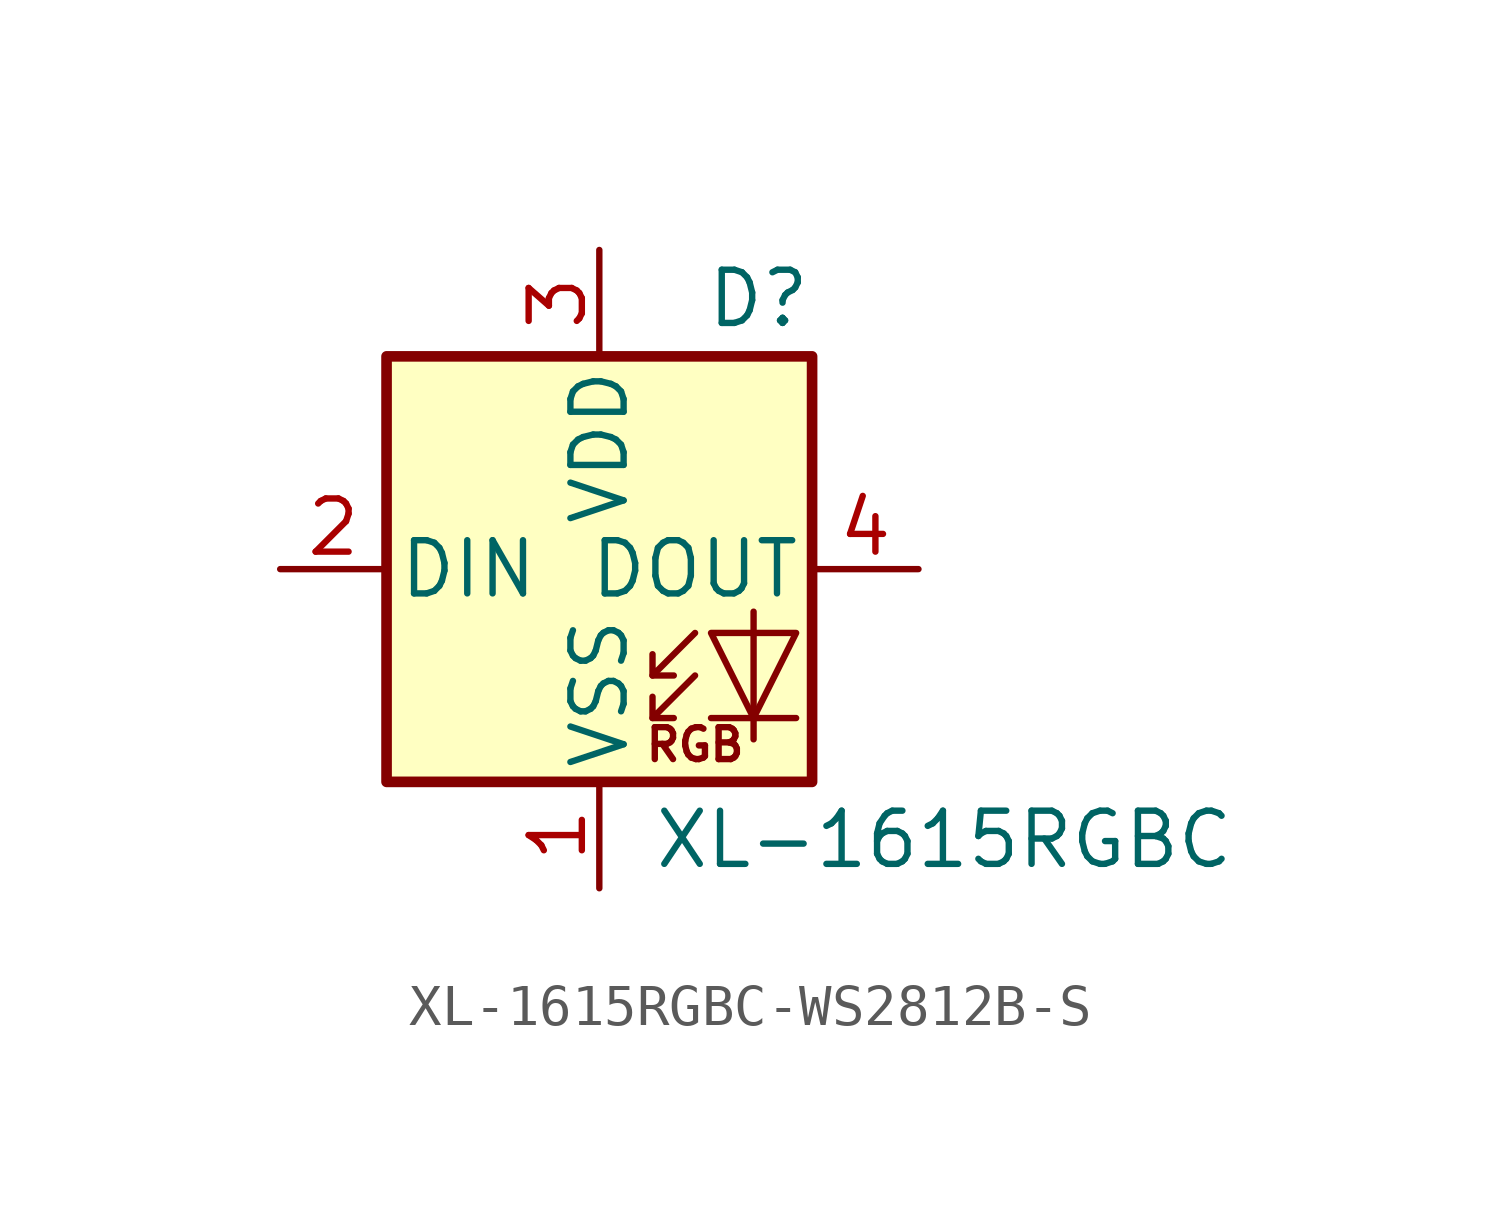
<source format=kicad_sym>
(kicad_symbol_lib
  (version 20241209)
  (generator "kicad_symbol_editor")
  (generator_version "9.0")
  (symbol "XL-1615RGBC-WS2812B-S"
    (pin_names
      (offset 0.254))
    (property "Reference" "D"
      (at 5.08 5.715 0)
      (effects (font (size 1.27 1.27)) (justify right bottom)))
    (property "Value" "XL-1615RGBC"
      (at 1.27 -5.715 0)
      (effects (font (size 1.27 1.27)) (justify left top)))
    (symbol "XL-1615RGBC-WS2812B-S_0_0"
      (text "RGB" (at 2.286 -4.191 0) (effects (font (size 0.762 0.762)))))
    (symbol "XL-1615RGBC-WS2812B-S_0_1"
      (rectangle (start -5.08 5.08) (end 5.08 -5.08) (stroke (width 0.254) (type default)) (fill (type background)))
      (polyline (pts (xy 1.27 -2.54) (xy 1.778 -2.54)) (stroke (width 0) (type default)) (fill (type none)))
      (polyline (pts (xy 1.27 -3.556) (xy 1.778 -3.556)) (stroke (width 0) (type default)) (fill (type none)))
      (polyline (pts (xy 2.286 -1.524) (xy 1.27 -2.54) (xy 1.27 -2.032)) (stroke (width 0) (type default)) (fill (type none)))
      (polyline (pts (xy 2.286 -2.54) (xy 1.27 -3.556) (xy 1.27 -3.048)) (stroke (width 0) (type default)) (fill (type none)))
      (polyline (pts (xy 3.683 -1.016) (xy 3.683 -3.556) (xy 3.683 -4.064)) (stroke (width 0) (type default)) (fill (type none)))
      (polyline (pts (xy 4.699 -1.524) (xy 2.667 -1.524) (xy 3.683 -3.556) (xy 4.699 -1.524)) (stroke (width 0) (type default)) (fill (type none)))
      (polyline (pts (xy 4.699 -3.556) (xy 2.667 -3.556)) (stroke (width 0) (type default)) (fill (type none))))
    (symbol "XL-1615RGBC-WS2812B-S_1_1"
      (pin input line (at -7.62 0 0) (length 2.54) (name "DIN" (effects (font (size 1.27 1.27)))) (number "2" (effects (font (size 1.27 1.27)))))
      (pin power_in line (at 0 7.62 270) (length 2.54) (name "VDD" (effects (font (size 1.27 1.27)))) (number "3" (effects (font (size 1.27 1.27)))))
      (pin power_in line (at 0 -7.62 90) (length 2.54) (name "VSS" (effects (font (size 1.27 1.27)))) (number "1" (effects (font (size 1.27 1.27)))))
      (pin output line (at 7.62 0 180) (length 2.54) (name "DOUT" (effects (font (size 1.27 1.27)))) (number "4" (effects (font (size 1.27 1.27))))))))
</source>
